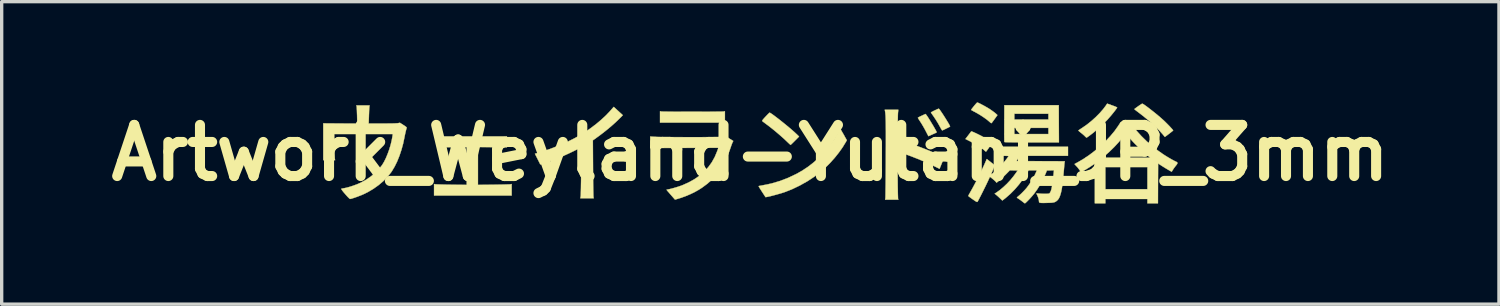
<source format=kicad_pcb>
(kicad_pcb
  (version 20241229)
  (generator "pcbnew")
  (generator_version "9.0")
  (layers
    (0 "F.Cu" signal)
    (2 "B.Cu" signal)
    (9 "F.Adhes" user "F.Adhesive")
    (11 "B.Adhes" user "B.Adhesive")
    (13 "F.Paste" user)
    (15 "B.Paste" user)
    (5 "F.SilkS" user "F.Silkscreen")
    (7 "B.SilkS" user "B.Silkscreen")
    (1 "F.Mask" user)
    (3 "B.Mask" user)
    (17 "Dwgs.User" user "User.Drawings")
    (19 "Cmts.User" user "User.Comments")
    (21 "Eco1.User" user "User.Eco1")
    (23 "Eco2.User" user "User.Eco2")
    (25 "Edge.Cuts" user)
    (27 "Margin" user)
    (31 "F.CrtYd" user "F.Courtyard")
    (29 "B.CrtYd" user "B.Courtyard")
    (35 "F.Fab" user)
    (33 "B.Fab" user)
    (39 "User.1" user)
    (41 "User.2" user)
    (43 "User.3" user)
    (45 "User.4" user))
  (footprint "Artwork_Weyland-Yutani_JP_3mm"
    (layer "F.Cu")
    (at 19.311 1.507)
    (property "Reference" "Artwork_Weyland-Yutani_JP_3mm" (at 0 0 0) (layer "F.SilkS") (effects (font (size 1.524 1.524) (thickness 0.3))))
    (attr through_hole)
    (fp_poly (pts (xy -0.757 -0.903) (xy -2.691 -0.903) (xy -2.691 -1.242) (xy -2.651 -1.234) (xy -2.634 -1.233) (xy -2.597 -1.232) (xy -2.542 -1.231) (xy -2.47 -1.23) (xy -2.384 -1.229) (xy -2.284 -1.228) (xy -2.173 -1.228) (xy -2.053 -1.227) (xy -1.924 -1.227) (xy -1.789 -1.227) (xy -1.724 -1.227) (xy -1.586 -1.227) (xy -1.455 -1.227) (xy -1.33 -1.228) (xy -1.214 -1.228) (xy -1.109 -1.229) (xy -1.016 -1.23) (xy -0.937 -1.23) (xy -0.874 -1.231) (xy -0.829 -1.233) (xy -0.802 -1.234) (xy -0.797 -1.234) (xy -0.757 -1.242) (xy -0.757 -0.903)) (stroke (width 0.01) (type solid)) (fill yes) (layer "F.SilkS"))
    (fp_poly (pts (xy -7.253 -0.33) (xy -7.253 -0.168) (xy -8.117 -0.175) (xy -8.117 0.953) (xy -7.65 0.948) (xy -7.55 0.946) (xy -7.456 0.945) (xy -7.37 0.943) (xy -7.294 0.941) (xy -7.232 0.939) (xy -7.184 0.938) (xy -7.155 0.936) (xy -7.147 0.935) (xy -7.112 0.927) (xy -7.112 1.27) (xy -9.425 1.27) (xy -9.425 1.099) (xy -9.425 0.927) (xy -9.39 0.935) (xy -9.372 0.936) (xy -9.334 0.938) (xy -9.28 0.94) (xy -9.212 0.942) (xy -9.132 0.944) (xy -9.043 0.946) (xy -8.947 0.947) (xy -8.904 0.948) (xy -8.452 0.953) (xy -8.452 -0.175) (xy -8.858 -0.171) (xy -9.263 -0.168) (xy -9.263 -0.33) (xy -9.263 -0.492) (xy -7.253 -0.492) (xy -7.253 -0.33)) (stroke (width 0.01) (type solid)) (fill yes) (layer "F.SilkS"))
    (fp_poly (pts (xy 5.243 -1.136) (xy 5.262 -1.111) (xy 5.288 -1.073) (xy 5.319 -1.024) (xy 5.354 -0.968) (xy 5.391 -0.907) (xy 5.428 -0.846) (xy 5.464 -0.786) (xy 5.496 -0.73) (xy 5.523 -0.682) (xy 5.543 -0.645) (xy 5.554 -0.621) (xy 5.556 -0.615) (xy 5.546 -0.607) (xy 5.523 -0.594) (xy 5.493 -0.581) (xy 5.446 -0.56) (xy 5.395 -0.537) (xy 5.37 -0.526) (xy 5.308 -0.498) (xy 5.23 -0.649) (xy 5.195 -0.715) (xy 5.155 -0.786) (xy 5.115 -0.854) (xy 5.078 -0.913) (xy 5.073 -0.92) (xy 5.044 -0.965) (xy 5.019 -1.004) (xy 5.002 -1.032) (xy 4.994 -1.047) (xy 4.994 -1.048) (xy 5.003 -1.055) (xy 5.028 -1.069) (xy 5.065 -1.088) (xy 5.108 -1.108) (xy 5.223 -1.161) (xy 5.243 -1.136)) (stroke (width 0.01) (type solid)) (fill yes) (layer "F.SilkS"))
    (fp_poly (pts (xy 9.195 -0.867) (xy 9.198 -0.313) (xy 8.387 -0.313) (xy 8.229 -0.314) (xy 8.092 -0.314) (xy 7.973 -0.314) (xy 7.873 -0.315) (xy 7.789 -0.316) (xy 7.721 -0.317) (xy 7.667 -0.318) (xy 7.627 -0.319) (xy 7.598 -0.321) (xy 7.58 -0.323) (xy 7.572 -0.326) (xy 7.571 -0.327) (xy 7.57 -0.34) (xy 7.569 -0.373) (xy 7.569 -0.423) (xy 7.568 -0.488) (xy 7.568 -0.567) (xy 7.568 -0.656) (xy 7.568 -0.746) (xy 7.869 -0.746) (xy 7.869 -0.562) (xy 8.885 -0.562) (xy 8.885 -0.746) (xy 7.869 -0.746) (xy 7.568 -0.746) (xy 7.568 -0.755) (xy 7.568 -0.86) (xy 7.569 -0.881) (xy 7.57 -1.167) (xy 7.869 -1.167) (xy 7.869 -0.994) (xy 8.885 -0.994) (xy 8.885 -1.167) (xy 7.869 -1.167) (xy 7.57 -1.167) (xy 7.571 -1.421) (xy 9.193 -1.421) (xy 9.195 -0.867)) (stroke (width 0.01) (type solid)) (fill yes) (layer "F.SilkS"))
    (fp_poly (pts (xy 6.782 -1.497) (xy 6.815 -1.483) (xy 6.86 -1.461) (xy 6.913 -1.433) (xy 6.97 -1.403) (xy 7.028 -1.37) (xy 7.083 -1.338) (xy 7.132 -1.308) (xy 7.151 -1.295) (xy 7.2 -1.261) (xy 7.248 -1.226) (xy 7.289 -1.195) (xy 7.313 -1.175) (xy 7.365 -1.127) (xy 7.288 -1.02) (xy 7.257 -0.977) (xy 7.229 -0.939) (xy 7.208 -0.91) (xy 7.196 -0.895) (xy 7.188 -0.888) (xy 7.177 -0.888) (xy 7.16 -0.899) (xy 7.134 -0.922) (xy 7.117 -0.937) (xy 7.066 -0.98) (xy 7 -1.029) (xy 6.925 -1.081) (xy 6.845 -1.133) (xy 6.765 -1.18) (xy 6.693 -1.22) (xy 6.649 -1.242) (xy 6.614 -1.262) (xy 6.59 -1.276) (xy 6.582 -1.282) (xy 6.589 -1.295) (xy 6.606 -1.32) (xy 6.632 -1.353) (xy 6.661 -1.39) (xy 6.692 -1.427) (xy 6.721 -1.461) (xy 6.745 -1.487) (xy 6.76 -1.501) (xy 6.763 -1.502) (xy 6.782 -1.497)) (stroke (width 0.01) (type solid)) (fill yes) (layer "F.SilkS"))
    (fp_poly (pts (xy 5.626 -1.31) (xy 5.646 -1.286) (xy 5.672 -1.249) (xy 5.705 -1.201) (xy 5.741 -1.147) (xy 5.779 -1.088) (xy 5.817 -1.028) (xy 5.854 -0.968) (xy 5.888 -0.913) (xy 5.916 -0.864) (xy 5.938 -0.824) (xy 5.951 -0.797) (xy 5.954 -0.784) (xy 5.954 -0.784) (xy 5.942 -0.777) (xy 5.915 -0.763) (xy 5.879 -0.745) (xy 5.838 -0.725) (xy 5.797 -0.705) (xy 5.76 -0.687) (xy 5.733 -0.675) (xy 5.72 -0.67) (xy 5.72 -0.67) (xy 5.711 -0.679) (xy 5.696 -0.703) (xy 5.675 -0.738) (xy 5.664 -0.759) (xy 5.6 -0.874) (xy 5.528 -0.991) (xy 5.455 -1.1) (xy 5.442 -1.118) (xy 5.417 -1.154) (xy 5.396 -1.184) (xy 5.385 -1.202) (xy 5.383 -1.206) (xy 5.392 -1.213) (xy 5.416 -1.226) (xy 5.45 -1.244) (xy 5.49 -1.264) (xy 5.532 -1.283) (xy 5.569 -1.3) (xy 5.598 -1.313) (xy 5.614 -1.318) (xy 5.615 -1.318) (xy 5.626 -1.31)) (stroke (width 0.01) (type solid)) (fill yes) (layer "F.SilkS"))
    (fp_poly (pts (xy 6.595 -0.64) (xy 6.623 -0.631) (xy 6.662 -0.614) (xy 6.711 -0.592) (xy 6.765 -0.566) (xy 6.822 -0.538) (xy 6.878 -0.51) (xy 6.929 -0.482) (xy 6.972 -0.457) (xy 6.977 -0.455) (xy 7.022 -0.426) (xy 7.068 -0.395) (xy 7.112 -0.363) (xy 7.151 -0.334) (xy 7.18 -0.31) (xy 7.196 -0.293) (xy 7.198 -0.289) (xy 7.193 -0.277) (xy 7.177 -0.252) (xy 7.154 -0.218) (xy 7.127 -0.178) (xy 7.098 -0.136) (xy 7.071 -0.098) (xy 7.048 -0.066) (xy 7.031 -0.044) (xy 7.025 -0.038) (xy 7.014 -0.042) (xy 6.995 -0.058) (xy 6.987 -0.066) (xy 6.957 -0.093) (xy 6.912 -0.127) (xy 6.855 -0.166) (xy 6.789 -0.208) (xy 6.718 -0.252) (xy 6.646 -0.293) (xy 6.576 -0.332) (xy 6.559 -0.341) (xy 6.412 -0.415) (xy 6.495 -0.523) (xy 6.527 -0.565) (xy 6.554 -0.601) (xy 6.574 -0.628) (xy 6.584 -0.641) (xy 6.584 -0.641) (xy 6.595 -0.64)) (stroke (width 0.01) (type solid)) (fill yes) (layer "F.SilkS"))
    (fp_poly (pts (xy 0.591 -1.193) (xy 0.622 -1.174) (xy 0.666 -1.144) (xy 0.719 -1.105) (xy 0.781 -1.058) (xy 0.849 -1.006) (xy 0.921 -0.949) (xy 0.996 -0.889) (xy 1.07 -0.829) (xy 1.142 -0.769) (xy 1.211 -0.711) (xy 1.273 -0.657) (xy 1.327 -0.609) (xy 1.36 -0.578) (xy 1.454 -0.488) (xy 1.33 -0.363) (xy 1.288 -0.321) (xy 1.251 -0.285) (xy 1.223 -0.258) (xy 1.205 -0.242) (xy 1.2 -0.238) (xy 1.191 -0.246) (xy 1.169 -0.265) (xy 1.137 -0.295) (xy 1.098 -0.332) (xy 1.073 -0.356) (xy 0.994 -0.43) (xy 0.902 -0.512) (xy 0.802 -0.598) (xy 0.7 -0.683) (xy 0.601 -0.762) (xy 0.509 -0.833) (xy 0.498 -0.84) (xy 0.452 -0.875) (xy 0.412 -0.905) (xy 0.38 -0.929) (xy 0.361 -0.944) (xy 0.358 -0.947) (xy 0.354 -0.954) (xy 0.358 -0.966) (xy 0.37 -0.985) (xy 0.393 -1.013) (xy 0.429 -1.053) (xy 0.454 -1.08) (xy 0.494 -1.122) (xy 0.528 -1.157) (xy 0.555 -1.183) (xy 0.571 -1.198) (xy 0.575 -1.2) (xy 0.591 -1.193)) (stroke (width 0.01) (type solid)) (fill yes) (layer "F.SilkS"))
    (fp_poly (pts (xy 11.694 -1.463) (xy 11.724 -1.446) (xy 11.765 -1.418) (xy 11.816 -1.381) (xy 11.876 -1.336) (xy 11.94 -1.286) (xy 12.009 -1.232) (xy 12.079 -1.176) (xy 12.148 -1.119) (xy 12.214 -1.063) (xy 12.275 -1.009) (xy 12.318 -0.971) (xy 12.36 -0.931) (xy 12.405 -0.886) (xy 12.451 -0.84) (xy 12.496 -0.794) (xy 12.535 -0.751) (xy 12.568 -0.715) (xy 12.591 -0.687) (xy 12.602 -0.672) (xy 12.603 -0.67) (xy 12.595 -0.661) (xy 12.572 -0.642) (xy 12.538 -0.615) (xy 12.496 -0.582) (xy 12.479 -0.569) (xy 12.355 -0.476) (xy 12.286 -0.56) (xy 12.216 -0.638) (xy 12.13 -0.726) (xy 12.033 -0.819) (xy 11.926 -0.916) (xy 11.813 -1.013) (xy 11.697 -1.108) (xy 11.58 -1.198) (xy 11.53 -1.236) (xy 11.494 -1.263) (xy 11.466 -1.286) (xy 11.449 -1.301) (xy 11.447 -1.305) (xy 11.455 -1.314) (xy 11.478 -1.331) (xy 11.51 -1.355) (xy 11.548 -1.382) (xy 11.588 -1.41) (xy 11.625 -1.435) (xy 11.655 -1.454) (xy 11.675 -1.466) (xy 11.68 -1.468) (xy 11.694 -1.463)) (stroke (width 0.01) (type solid)) (fill yes) (layer "F.SilkS"))
    (fp_poly (pts (xy 10.784 -1.416) (xy 10.837 -1.397) (xy 10.881 -1.38) (xy 10.914 -1.365) (xy 10.931 -1.356) (xy 10.933 -1.353) (xy 10.926 -1.339) (xy 10.907 -1.311) (xy 10.878 -1.272) (xy 10.842 -1.225) (xy 10.801 -1.174) (xy 10.756 -1.119) (xy 10.71 -1.066) (xy 10.665 -1.015) (xy 10.625 -0.97) (xy 10.62 -0.965) (xy 10.527 -0.872) (xy 10.425 -0.775) (xy 10.319 -0.682) (xy 10.216 -0.596) (xy 10.135 -0.534) (xy 10.093 -0.503) (xy 10.058 -0.478) (xy 10.032 -0.461) (xy 10.02 -0.454) (xy 10.02 -0.454) (xy 10.01 -0.461) (xy 9.989 -0.48) (xy 9.965 -0.504) (xy 9.932 -0.535) (xy 9.89 -0.571) (xy 9.847 -0.605) (xy 9.843 -0.608) (xy 9.811 -0.634) (xy 9.788 -0.655) (xy 9.778 -0.668) (xy 9.779 -0.67) (xy 9.791 -0.679) (xy 9.817 -0.697) (xy 9.853 -0.721) (xy 9.897 -0.75) (xy 9.899 -0.751) (xy 10.034 -0.845) (xy 10.166 -0.951) (xy 10.292 -1.064) (xy 10.409 -1.182) (xy 10.513 -1.3) (xy 10.6 -1.415) (xy 10.601 -1.418) (xy 10.636 -1.469) (xy 10.784 -1.416)) (stroke (width 0.01) (type solid)) (fill yes) (layer "F.SilkS"))
    (fp_poly (pts (xy 2.721 -0.653) (xy 2.746 -0.609) (xy 2.777 -0.556) (xy 2.808 -0.501) (xy 2.82 -0.478) (xy 2.877 -0.378) (xy 2.842 -0.316) (xy 2.749 -0.165) (xy 2.64 -0.011) (xy 2.517 0.143) (xy 2.385 0.291) (xy 2.247 0.43) (xy 2.108 0.554) (xy 1.912 0.706) (xy 1.699 0.846) (xy 1.474 0.972) (xy 1.24 1.084) (xy 1.04 1.163) (xy 0.984 1.182) (xy 0.914 1.204) (xy 0.834 1.227) (xy 0.751 1.25) (xy 0.669 1.272) (xy 0.594 1.291) (xy 0.53 1.305) (xy 0.495 1.312) (xy 0.455 1.319) (xy 0.363 1.179) (xy 0.322 1.115) (xy 0.291 1.067) (xy 0.27 1.033) (xy 0.257 1.01) (xy 0.251 0.997) (xy 0.25 0.99) (xy 0.25 0.989) (xy 0.262 0.986) (xy 0.29 0.98) (xy 0.33 0.973) (xy 0.362 0.967) (xy 0.625 0.913) (xy 0.88 0.838) (xy 1.128 0.743) (xy 1.37 0.628) (xy 1.529 0.539) (xy 1.713 0.419) (xy 1.891 0.281) (xy 2.06 0.127) (xy 2.219 -0.04) (xy 2.365 -0.217) (xy 2.495 -0.401) (xy 2.606 -0.589) (xy 2.616 -0.608) (xy 2.678 -0.727) (xy 2.721 -0.653)) (stroke (width 0.01) (type solid)) (fill yes) (layer "F.SilkS"))
    (fp_poly (pts (xy -4.027 -1.333) (xy -4.001 -1.309) (xy -3.964 -1.275) (xy -3.922 -1.237) (xy -3.891 -1.208) (xy -3.8 -1.124) (xy -3.891 -1.031) (xy -4.018 -0.909) (xy -4.16 -0.783) (xy -4.314 -0.656) (xy -4.474 -0.532) (xy -4.581 -0.454) (xy -4.692 -0.375) (xy -4.687 0.442) (xy -4.686 0.574) (xy -4.685 0.701) (xy -4.684 0.82) (xy -4.683 0.931) (xy -4.681 1.031) (xy -4.68 1.118) (xy -4.678 1.191) (xy -4.677 1.247) (xy -4.676 1.286) (xy -4.674 1.305) (xy -4.674 1.305) (xy -4.667 1.351) (xy -5.066 1.351) (xy -5.056 1.3) (xy -5.054 1.281) (xy -5.052 1.244) (xy -5.051 1.19) (xy -5.049 1.123) (xy -5.047 1.042) (xy -5.046 0.952) (xy -5.044 0.854) (xy -5.043 0.751) (xy -5.041 0.643) (xy -5.04 0.534) (xy -5.039 0.426) (xy -5.038 0.321) (xy -5.038 0.221) (xy -5.038 0.128) (xy -5.037 0.044) (xy -5.038 -0.029) (xy -5.038 -0.088) (xy -5.039 -0.131) (xy -5.04 -0.156) (xy -5.041 -0.162) (xy -5.052 -0.158) (xy -5.08 -0.145) (xy -5.12 -0.125) (xy -5.171 -0.1) (xy -5.229 -0.071) (xy -5.239 -0.066) (xy -5.409 0.016) (xy -5.572 0.09) (xy -5.737 0.158) (xy -5.91 0.224) (xy -6.088 0.287) (xy -6.258 0.345) (xy -6.419 0.024) (xy -6.352 0.006) (xy -6.164 -0.051) (xy -5.968 -0.118) (xy -5.77 -0.194) (xy -5.574 -0.276) (xy -5.385 -0.363) (xy -5.208 -0.453) (xy -5.048 -0.543) (xy -5.048 -0.544) (xy -4.893 -0.642) (xy -4.738 -0.751) (xy -4.586 -0.867) (xy -4.443 -0.988) (xy -4.311 -1.11) (xy -4.194 -1.231) (xy -4.151 -1.28) (xy -4.071 -1.372) (xy -4.027 -1.333)) (stroke (width 0.01) (type solid)) (fill yes) (layer "F.SilkS"))
    (fp_poly (pts (xy -0.726 -0.487) (xy -0.702 -0.475) (xy -0.667 -0.455) (xy -0.623 -0.427) (xy -0.508 -0.355) (xy -0.529 -0.315) (xy -0.539 -0.291) (xy -0.555 -0.251) (xy -0.573 -0.199) (xy -0.594 -0.14) (xy -0.609 -0.095) (xy -0.686 0.113) (xy -0.776 0.303) (xy -0.879 0.477) (xy -0.996 0.637) (xy -1.129 0.783) (xy -1.277 0.916) (xy -1.443 1.039) (xy -1.537 1.099) (xy -1.652 1.164) (xy -1.782 1.227) (xy -1.919 1.285) (xy -2.057 1.336) (xy -2.168 1.37) (xy -2.244 1.392) (xy -2.368 1.25) (xy -2.408 1.204) (xy -2.444 1.163) (xy -2.472 1.13) (xy -2.489 1.108) (xy -2.495 1.101) (xy -2.489 1.093) (xy -2.477 1.092) (xy -2.45 1.088) (xy -2.407 1.079) (xy -2.353 1.066) (xy -2.29 1.049) (xy -2.224 1.03) (xy -2.159 1.01) (xy -2.098 0.99) (xy -2.047 0.972) (xy -2.039 0.969) (xy -1.846 0.884) (xy -1.672 0.788) (xy -1.514 0.679) (xy -1.375 0.558) (xy -1.253 0.425) (xy -1.147 0.279) (xy -1.059 0.121) (xy -0.987 -0.052) (xy -0.985 -0.058) (xy -0.951 -0.152) (xy -1.967 -0.149) (xy -2.983 -0.146) (xy -2.983 -0.317) (xy -2.983 -0.488) (xy -2.845 -0.479) (xy -2.814 -0.478) (xy -2.762 -0.476) (xy -2.693 -0.475) (xy -2.607 -0.474) (xy -2.508 -0.473) (xy -2.396 -0.472) (xy -2.273 -0.471) (xy -2.142 -0.471) (xy -2.004 -0.47) (xy -1.862 -0.47) (xy -1.756 -0.47) (xy -1.585 -0.47) (xy -1.434 -0.47) (xy -1.302 -0.471) (xy -1.188 -0.471) (xy -1.091 -0.472) (xy -1.009 -0.473) (xy -0.942 -0.474) (xy -0.888 -0.475) (xy -0.845 -0.477) (xy -0.813 -0.478) (xy -0.791 -0.48) (xy -0.777 -0.483) (xy -0.771 -0.485) (xy -0.756 -0.49) (xy -0.742 -0.491) (xy -0.726 -0.487)) (stroke (width 0.01) (type solid)) (fill yes) (layer "F.SilkS"))
    (fp_poly (pts (xy 4.402 -1.202) (xy 4.4 -1.171) (xy 4.398 -1.121) (xy 4.397 -1.056) (xy 4.395 -0.98) (xy 4.394 -0.896) (xy 4.394 -0.807) (xy 4.394 -0.763) (xy 4.394 -0.407) (xy 4.61 -0.335) (xy 4.709 -0.301) (xy 4.813 -0.264) (xy 4.92 -0.225) (xy 5.029 -0.184) (xy 5.138 -0.142) (xy 5.244 -0.101) (xy 5.345 -0.06) (xy 5.44 -0.021) (xy 5.527 0.016) (xy 5.604 0.049) (xy 5.668 0.078) (xy 5.718 0.103) (xy 5.752 0.122) (xy 5.767 0.134) (xy 5.768 0.136) (xy 5.766 0.15) (xy 5.756 0.18) (xy 5.741 0.222) (xy 5.721 0.274) (xy 5.706 0.312) (xy 5.64 0.474) (xy 5.509 0.409) (xy 5.348 0.332) (xy 5.172 0.253) (xy 4.986 0.176) (xy 4.795 0.101) (xy 4.605 0.032) (xy 4.525 0.004) (xy 4.386 -0.042) (xy 4.391 0.652) (xy 4.392 0.773) (xy 4.393 0.888) (xy 4.394 0.995) (xy 4.396 1.093) (xy 4.397 1.179) (xy 4.399 1.251) (xy 4.401 1.308) (xy 4.402 1.348) (xy 4.404 1.368) (xy 4.404 1.37) (xy 4.412 1.394) (xy 4.019 1.394) (xy 4.026 1.338) (xy 4.027 1.319) (xy 4.028 1.28) (xy 4.029 1.223) (xy 4.03 1.149) (xy 4.031 1.059) (xy 4.033 0.955) (xy 4.034 0.839) (xy 4.035 0.712) (xy 4.036 0.575) (xy 4.037 0.43) (xy 4.038 0.279) (xy 4.038 0.157) (xy 4.039 -0.041) (xy 4.04 -0.219) (xy 4.04 -0.377) (xy 4.04 -0.518) (xy 4.04 -0.642) (xy 4.039 -0.751) (xy 4.038 -0.846) (xy 4.037 -0.928) (xy 4.035 -0.998) (xy 4.033 -1.058) (xy 4.031 -1.109) (xy 4.027 -1.152) (xy 4.024 -1.188) (xy 4.02 -1.22) (xy 4.015 -1.247) (xy 4.014 -1.252) (xy 4.007 -1.286) (xy 4.411 -1.286) (xy 4.402 -1.202)) (stroke (width 0.01) (type solid)) (fill yes) (layer "F.SilkS"))
    (fp_poly (pts (xy -11.353 -1.37) (xy -11.355 -1.345) (xy -11.358 -1.303) (xy -11.361 -1.247) (xy -11.363 -1.182) (xy -11.366 -1.112) (xy -11.366 -1.1) (xy -11.374 -0.875) (xy -10.962 -0.875) (xy -10.851 -0.876) (xy -10.752 -0.877) (xy -10.666 -0.878) (xy -10.595 -0.88) (xy -10.541 -0.883) (xy -10.506 -0.885) (xy -10.497 -0.887) (xy -10.443 -0.898) (xy -10.339 -0.831) (xy -10.288 -0.798) (xy -10.256 -0.773) (xy -10.241 -0.756) (xy -10.24 -0.749) (xy -10.249 -0.722) (xy -10.26 -0.68) (xy -10.273 -0.627) (xy -10.286 -0.57) (xy -10.298 -0.513) (xy -10.306 -0.47) (xy -10.346 -0.279) (xy -10.397 -0.093) (xy -10.456 0.084) (xy -10.523 0.251) (xy -10.597 0.402) (xy -10.677 0.537) (xy -10.708 0.583) (xy -10.815 0.716) (xy -10.939 0.842) (xy -11.08 0.961) (xy -11.233 1.07) (xy -11.397 1.167) (xy -11.538 1.236) (xy -11.59 1.258) (xy -11.649 1.281) (xy -11.711 1.305) (xy -11.773 1.327) (xy -11.83 1.346) (xy -11.878 1.361) (xy -11.914 1.37) (xy -11.93 1.372) (xy -11.943 1.364) (xy -11.967 1.342) (xy -12 1.309) (xy -12.038 1.267) (xy -12.076 1.224) (xy -12.127 1.164) (xy -12.163 1.118) (xy -12.184 1.087) (xy -12.191 1.072) (xy -12.189 1.069) (xy -12.173 1.064) (xy -12.141 1.058) (xy -12.101 1.05) (xy -12.095 1.05) (xy -12.031 1.036) (xy -11.953 1.015) (xy -11.867 0.988) (xy -11.779 0.957) (xy -11.694 0.924) (xy -11.619 0.891) (xy -11.601 0.882) (xy -11.45 0.799) (xy -11.31 0.703) (xy -11.182 0.597) (xy -11.07 0.484) (xy -10.976 0.365) (xy -10.972 0.359) (xy -10.915 0.265) (xy -10.86 0.154) (xy -10.809 0.031) (xy -10.761 -0.101) (xy -10.72 -0.237) (xy -10.687 -0.373) (xy -10.663 -0.503) (xy -10.662 -0.511) (xy -10.655 -0.562) (xy -12.4 -0.562) (xy -12.394 -0.203) (xy -12.392 -0.115) (xy -12.39 -0.034) (xy -12.388 0.039) (xy -12.386 0.1) (xy -12.384 0.147) (xy -12.382 0.177) (xy -12.381 0.186) (xy -12.373 0.216) (xy -12.55 0.216) (xy -12.727 0.216) (xy -12.727 -0.881) (xy -12.22 -0.877) (xy -11.714 -0.874) (xy -11.719 -1.121) (xy -11.722 -1.193) (xy -11.724 -1.259) (xy -11.727 -1.315) (xy -11.729 -1.359) (xy -11.732 -1.385) (xy -11.733 -1.392) (xy -11.741 -1.416) (xy -11.347 -1.416) (xy -11.353 -1.37)) (stroke (width 0.01) (type solid)) (fill yes) (layer "F.SilkS"))
    (fp_poly (pts (xy 11.395 -0.808) (xy 11.518 -0.653) (xy 11.658 -0.499) (xy 11.813 -0.347) (xy 11.979 -0.202) (xy 12.152 -0.067) (xy 12.3 0.037) (xy 12.371 0.083) (xy 12.446 0.129) (xy 12.519 0.172) (xy 12.587 0.21) (xy 12.645 0.241) (xy 12.69 0.262) (xy 12.692 0.263) (xy 12.719 0.278) (xy 12.73 0.297) (xy 12.726 0.321) (xy 12.704 0.354) (xy 12.683 0.38) (xy 12.65 0.422) (xy 12.616 0.469) (xy 12.596 0.5) (xy 12.558 0.562) (xy 12.507 0.533) (xy 12.439 0.494) (xy 12.368 0.451) (xy 12.3 0.409) (xy 12.241 0.372) (xy 12.219 0.357) (xy 12.154 0.314) (xy 12.151 0.908) (xy 12.149 1.502) (xy 11.835 1.502) (xy 11.835 1.373) (xy 10.582 1.373) (xy 10.582 1.502) (xy 10.268 1.502) (xy 10.268 0.913) (xy 10.268 0.803) (xy 10.268 0.699) (xy 10.267 0.604) (xy 10.267 0.519) (xy 10.266 0.448) (xy 10.266 0.422) (xy 10.582 0.422) (xy 10.582 1.081) (xy 11.835 1.081) (xy 11.835 0.422) (xy 10.582 0.422) (xy 10.266 0.422) (xy 10.266 0.39) (xy 10.265 0.35) (xy 10.264 0.328) (xy 10.264 0.324) (xy 10.253 0.33) (xy 10.23 0.345) (xy 10.197 0.368) (xy 10.18 0.379) (xy 10.143 0.404) (xy 10.098 0.433) (xy 10.048 0.464) (xy 9.998 0.495) (xy 9.951 0.523) (xy 9.91 0.547) (xy 9.879 0.564) (xy 9.862 0.572) (xy 9.86 0.573) (xy 9.851 0.564) (xy 9.834 0.542) (xy 9.814 0.513) (xy 9.786 0.473) (xy 9.751 0.429) (xy 9.718 0.394) (xy 9.691 0.365) (xy 9.672 0.344) (xy 9.664 0.332) (xy 9.664 0.331) (xy 9.675 0.325) (xy 9.7 0.311) (xy 9.735 0.292) (xy 9.749 0.285) (xy 9.923 0.184) (xy 9.988 0.141) (xy 10.502 0.141) (xy 11.916 0.141) (xy 11.873 0.105) (xy 11.771 0.019) (xy 11.667 -0.073) (xy 11.567 -0.168) (xy 11.471 -0.263) (xy 11.384 -0.354) (xy 11.31 -0.438) (xy 11.262 -0.496) (xy 11.229 -0.537) (xy 11.207 -0.562) (xy 11.192 -0.573) (xy 11.183 -0.572) (xy 11.181 -0.57) (xy 11.17 -0.557) (xy 11.149 -0.53) (xy 11.121 -0.494) (xy 11.097 -0.463) (xy 10.98 -0.321) (xy 10.846 -0.176) (xy 10.699 -0.033) (xy 10.55 0.1) (xy 10.502 0.141) (xy 9.988 0.141) (xy 10.096 0.068) (xy 10.266 -0.061) (xy 10.43 -0.2) (xy 10.585 -0.347) (xy 10.728 -0.498) (xy 10.856 -0.652) (xy 10.965 -0.805) (xy 10.974 -0.819) (xy 11.039 -0.919) (xy 11.314 -0.919) (xy 11.395 -0.808)) (stroke (width 0.01) (type solid)) (fill yes) (layer "F.SilkS"))
    (fp_poly (pts (xy 9.468 0.086) (xy 8.747 0.087) (xy 8.025 0.087) (xy 7.981 0.165) (xy 7.936 0.243) (xy 8.654 0.246) (xy 9.372 0.249) (xy 9.366 0.284) (xy 9.364 0.305) (xy 9.36 0.344) (xy 9.355 0.397) (xy 9.35 0.459) (xy 9.344 0.527) (xy 9.343 0.535) (xy 9.329 0.7) (xy 9.315 0.846) (xy 9.299 0.972) (xy 9.281 1.08) (xy 9.262 1.172) (xy 9.241 1.248) (xy 9.218 1.311) (xy 9.193 1.361) (xy 9.164 1.399) (xy 9.147 1.417) (xy 9.119 1.44) (xy 9.092 1.457) (xy 9.063 1.47) (xy 9.027 1.478) (xy 8.981 1.484) (xy 8.921 1.487) (xy 8.844 1.489) (xy 8.766 1.491) (xy 8.707 1.491) (xy 8.664 1.49) (xy 8.635 1.486) (xy 8.617 1.48) (xy 8.608 1.47) (xy 8.604 1.457) (xy 8.604 1.445) (xy 8.599 1.402) (xy 8.586 1.35) (xy 8.567 1.296) (xy 8.547 1.251) (xy 8.534 1.226) (xy 8.528 1.209) (xy 8.529 1.207) (xy 8.541 1.206) (xy 8.569 1.207) (xy 8.609 1.211) (xy 8.63 1.213) (xy 8.689 1.217) (xy 8.755 1.219) (xy 8.814 1.219) (xy 8.819 1.219) (xy 8.864 1.217) (xy 8.892 1.214) (xy 8.91 1.208) (xy 8.923 1.197) (xy 8.934 1.181) (xy 8.949 1.152) (xy 8.965 1.112) (xy 8.975 1.077) (xy 8.983 1.038) (xy 8.993 0.982) (xy 9.003 0.914) (xy 9.014 0.837) (xy 9.024 0.755) (xy 9.034 0.675) (xy 9.041 0.598) (xy 9.042 0.597) (xy 9.049 0.518) (xy 8.839 0.524) (xy 8.804 0.611) (xy 8.732 0.772) (xy 8.646 0.934) (xy 8.55 1.088) (xy 8.461 1.212) (xy 8.428 1.252) (xy 8.39 1.297) (xy 8.348 1.344) (xy 8.306 1.389) (xy 8.265 1.431) (xy 8.23 1.465) (xy 8.203 1.49) (xy 8.186 1.502) (xy 8.183 1.502) (xy 8.17 1.496) (xy 8.147 1.479) (xy 8.126 1.463) (xy 8.092 1.436) (xy 8.049 1.404) (xy 8.015 1.38) (xy 7.982 1.359) (xy 7.957 1.342) (xy 7.945 1.333) (xy 7.945 1.333) (xy 7.949 1.324) (xy 7.967 1.308) (xy 7.977 1.3) (xy 8.023 1.261) (xy 8.078 1.211) (xy 8.135 1.153) (xy 8.19 1.095) (xy 8.238 1.04) (xy 8.252 1.021) (xy 8.311 0.941) (xy 8.371 0.85) (xy 8.427 0.754) (xy 8.477 0.66) (xy 8.517 0.574) (xy 8.528 0.546) (xy 8.538 0.519) (xy 8.293 0.519) (xy 8.224 0.633) (xy 8.122 0.789) (xy 8.007 0.942) (xy 7.882 1.087) (xy 7.751 1.22) (xy 7.617 1.337) (xy 7.568 1.376) (xy 7.511 1.419) (xy 7.439 1.35) (xy 7.401 1.314) (xy 7.363 1.28) (xy 7.332 1.254) (xy 7.324 1.247) (xy 7.282 1.215) (xy 7.338 1.179) (xy 7.438 1.107) (xy 7.543 1.019) (xy 7.648 0.92) (xy 7.749 0.812) (xy 7.842 0.699) (xy 7.911 0.605) (xy 7.967 0.524) (xy 7.851 0.521) (xy 7.736 0.518) (xy 7.616 0.64) (xy 7.567 0.688) (xy 7.516 0.737) (xy 7.467 0.782) (xy 7.427 0.817) (xy 7.417 0.825) (xy 7.339 0.888) (xy 7.312 0.855) (xy 7.293 0.836) (xy 7.265 0.811) (xy 7.233 0.783) (xy 7.2 0.756) (xy 7.171 0.733) (xy 7.15 0.719) (xy 7.14 0.715) (xy 7.135 0.726) (xy 7.122 0.752) (xy 7.104 0.791) (xy 7.083 0.837) (xy 7.08 0.843) (xy 7.059 0.887) (xy 7.033 0.942) (xy 7.002 1.006) (xy 6.968 1.074) (xy 6.933 1.145) (xy 6.898 1.215) (xy 6.864 1.282) (xy 6.833 1.341) (xy 6.807 1.391) (xy 6.787 1.429) (xy 6.775 1.451) (xy 6.772 1.454) (xy 6.766 1.46) (xy 6.756 1.461) (xy 6.74 1.455) (xy 6.715 1.441) (xy 6.679 1.417) (xy 6.628 1.382) (xy 6.582 1.35) (xy 6.543 1.321) (xy 6.514 1.299) (xy 6.498 1.285) (xy 6.496 1.283) (xy 6.501 1.271) (xy 6.515 1.243) (xy 6.537 1.204) (xy 6.564 1.155) (xy 6.587 1.115) (xy 6.643 1.014) (xy 6.705 0.897) (xy 6.77 0.771) (xy 6.836 0.639) (xy 6.9 0.506) (xy 6.96 0.379) (xy 7.013 0.261) (xy 7.027 0.229) (xy 7.047 0.182) (xy 7.155 0.266) (xy 7.197 0.299) (xy 7.234 0.328) (xy 7.261 0.35) (xy 7.275 0.363) (xy 7.275 0.363) (xy 7.277 0.375) (xy 7.272 0.399) (xy 7.259 0.437) (xy 7.237 0.492) (xy 7.232 0.504) (xy 7.211 0.552) (xy 7.195 0.592) (xy 7.185 0.621) (xy 7.181 0.634) (xy 7.181 0.635) (xy 7.192 0.631) (xy 7.215 0.615) (xy 7.248 0.588) (xy 7.288 0.554) (xy 7.332 0.515) (xy 7.377 0.474) (xy 7.42 0.432) (xy 7.447 0.404) (xy 7.485 0.364) (xy 7.525 0.318) (xy 7.566 0.269) (xy 7.606 0.221) (xy 7.641 0.176) (xy 7.669 0.138) (xy 7.688 0.11) (xy 7.695 0.095) (xy 7.695 0.095) (xy 7.685 0.092) (xy 7.657 0.09) (xy 7.613 0.088) (xy 7.558 0.087) (xy 7.494 0.086) (xy 7.485 0.086) (xy 7.274 0.086) (xy 7.274 -0.184) (xy 9.468 -0.184) (xy 9.468 0.086)) (stroke (width 0.01) (type solid)) (fill yes) (layer "F.SilkS")))
  (gr_rect
    (start -3 -3)
    (end 41.623 6.015)
    (stroke (width 0.1) (type default))
    (fill no)
    (layer "Edge.Cuts")))
</source>
